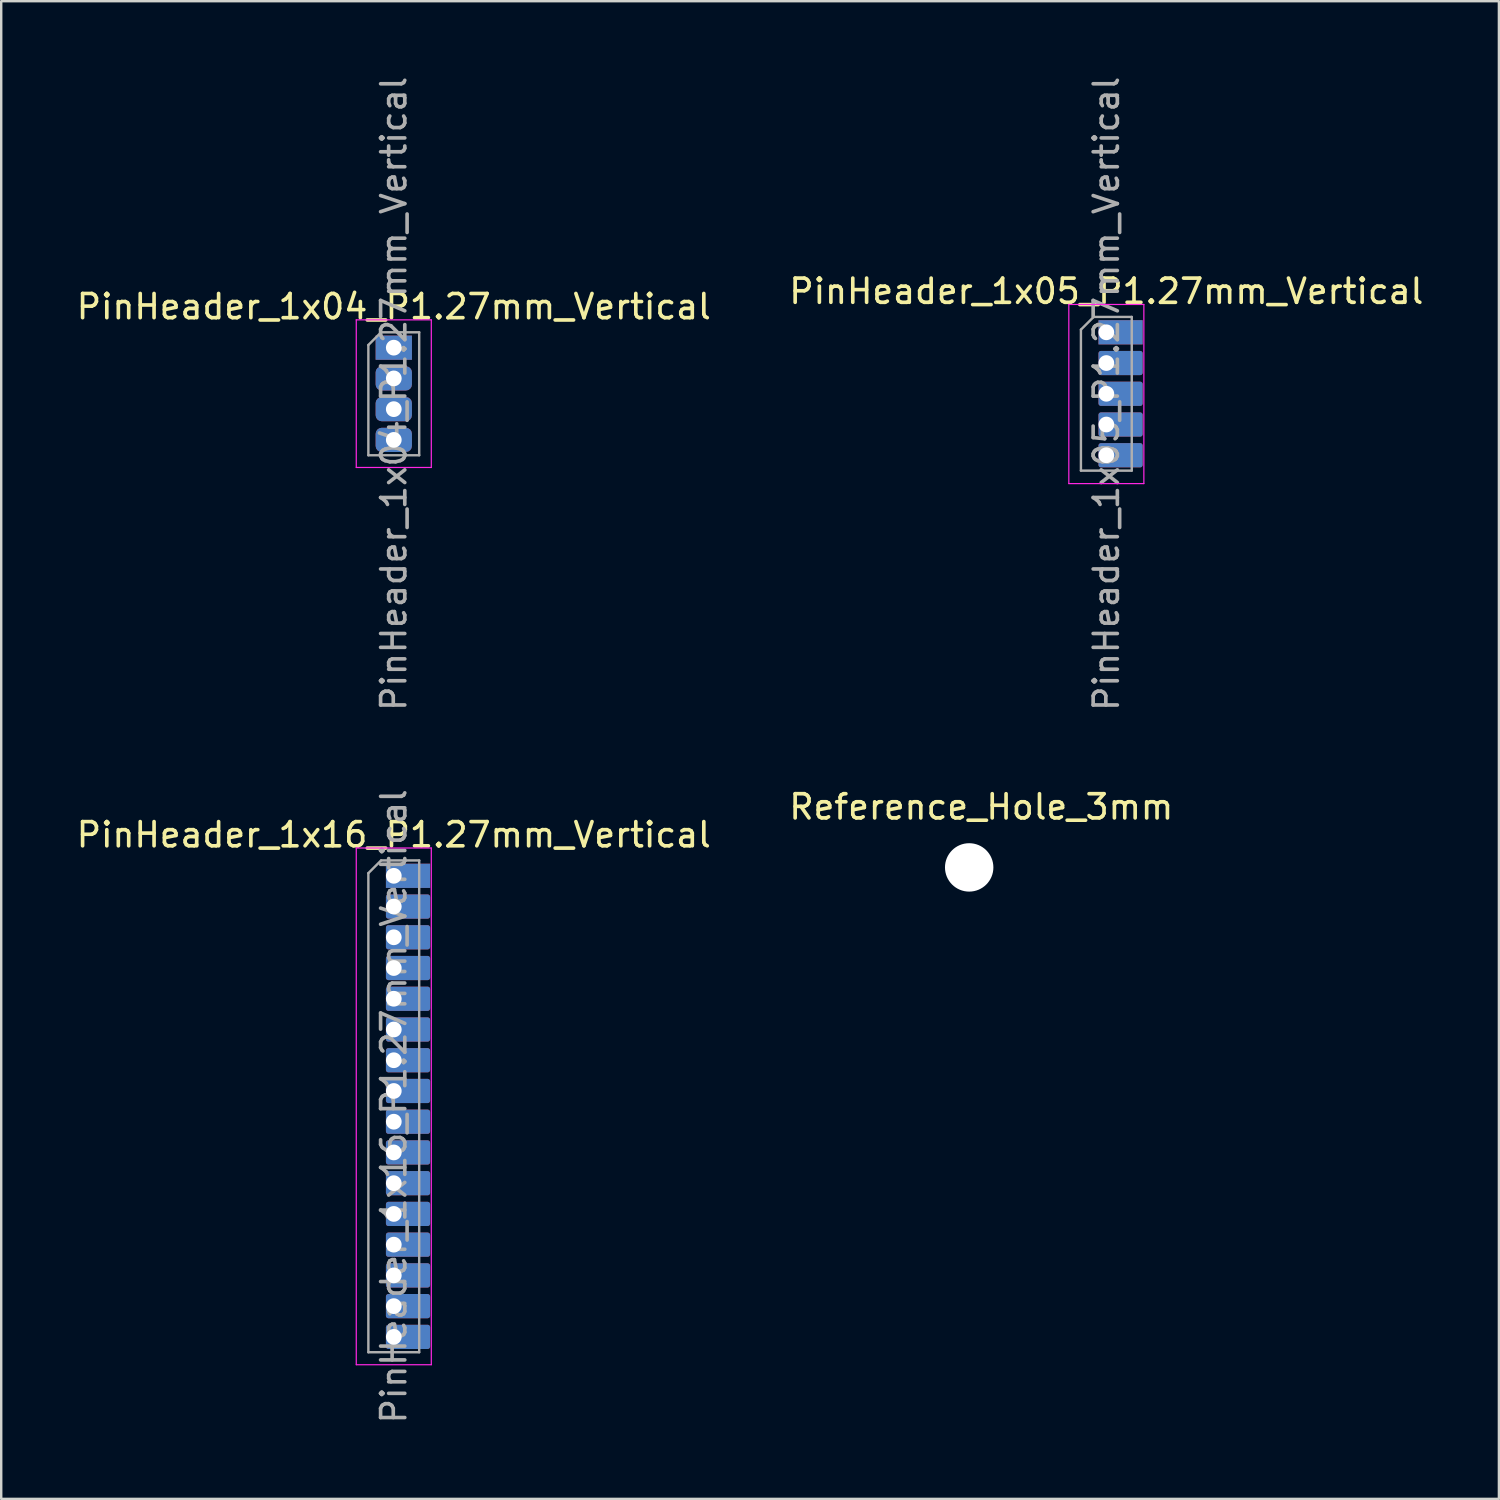
<source format=kicad_pcb>
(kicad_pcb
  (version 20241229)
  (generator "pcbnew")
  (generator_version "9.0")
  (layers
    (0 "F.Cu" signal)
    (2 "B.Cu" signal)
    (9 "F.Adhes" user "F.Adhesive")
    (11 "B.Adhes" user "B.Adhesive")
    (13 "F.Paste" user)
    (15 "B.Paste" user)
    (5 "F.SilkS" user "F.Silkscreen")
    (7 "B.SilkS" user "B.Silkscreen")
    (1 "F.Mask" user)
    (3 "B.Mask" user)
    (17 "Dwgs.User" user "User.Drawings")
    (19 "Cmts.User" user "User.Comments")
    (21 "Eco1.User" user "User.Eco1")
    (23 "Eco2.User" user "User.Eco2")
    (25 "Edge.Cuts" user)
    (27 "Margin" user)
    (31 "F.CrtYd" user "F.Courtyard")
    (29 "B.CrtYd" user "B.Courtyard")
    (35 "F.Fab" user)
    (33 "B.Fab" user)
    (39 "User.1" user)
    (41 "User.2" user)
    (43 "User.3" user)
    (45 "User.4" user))
  (footprint "PinHeader_1x04_P1.27mm_Vertical"
    (layer "F.Cu")
    (at 13.22 11.315)
    (property "Reference" "PinHeader_1x04_P1.27mm_Vertical" (at 0 -1.695 0) (layer "F.SilkS") (effects (font (size 1 1) (thickness 0.15))))
    (attr through_hole)
    (fp_line (start -1.55 -1.15) (end -1.55 4.95) (stroke (width 0.05) (type solid)) (layer "F.CrtYd"))
    (fp_line (start -1.55 4.95) (end 1.55 4.95) (stroke (width 0.05) (type solid)) (layer "F.CrtYd"))
    (fp_line (start 1.55 -1.15) (end -1.55 -1.15) (stroke (width 0.05) (type solid)) (layer "F.CrtYd"))
    (fp_line (start 1.55 4.95) (end 1.55 -1.15) (stroke (width 0.05) (type solid)) (layer "F.CrtYd"))
    (fp_line (start -1.05 -0.11) (end -0.525 -0.635) (stroke (width 0.1) (type solid)) (layer "F.Fab"))
    (fp_line (start -1.05 4.445) (end -1.05 -0.11) (stroke (width 0.1) (type solid)) (layer "F.Fab"))
    (fp_line (start -0.525 -0.635) (end 1.05 -0.635) (stroke (width 0.1) (type solid)) (layer "F.Fab"))
    (fp_line (start 1.05 -0.635) (end 1.05 4.445) (stroke (width 0.1) (type solid)) (layer "F.Fab"))
    (fp_line (start 1.05 4.445) (end -1.05 4.445) (stroke (width 0.1) (type solid)) (layer "F.Fab"))
    (fp_text user "${REFERENCE}" (at 0 1.905 90) (layer "F.Fab") (effects (font (size 1 1) (thickness 0.15))))
    (pad "1" thru_hole rect (at 0 0) (size 1.5 1) (drill 0.65) (property pad_prop_castellated) (layers "*.Cu" "*.Mask"))
    (pad "2" thru_hole roundrect (at 0 1.27) (size 1.5 1) (drill 0.65) (property pad_prop_castellated) (layers "*.Cu" "*.Mask") (roundrect_rratio 0.25))
    (pad "3" thru_hole roundrect (at 0 2.54) (size 1.5 1) (drill 0.65) (property pad_prop_castellated) (layers "*.Cu" "*.Mask") (roundrect_rratio 0.25))
    (pad "4" thru_hole roundrect (at 0 3.81) (size 1.5 1) (drill 0.65) (property pad_prop_castellated) (layers "*.Cu" "*.Mask") (roundrect_rratio 0.25)))
  (footprint "PinHeader_1x16_P1.27mm_Vertical"
    (layer "F.Cu")
    (at 13.22 33.136)
    (property "Reference" "PinHeader_1x16_P1.27mm_Vertical" (at 0 -1.695 0) (layer "F.SilkS") (effects (font (size 1 1) (thickness 0.15))))
    (attr through_hole)
    (fp_line (start -1.55 -1.15) (end -1.55 20.2) (stroke (width 0.05) (type solid)) (layer "F.CrtYd"))
    (fp_line (start -1.55 20.2) (end 1.55 20.2) (stroke (width 0.05) (type solid)) (layer "F.CrtYd"))
    (fp_line (start 1.55 -1.15) (end -1.55 -1.15) (stroke (width 0.05) (type solid)) (layer "F.CrtYd"))
    (fp_line (start 1.55 20.2) (end 1.55 -1.15) (stroke (width 0.05) (type solid)) (layer "F.CrtYd"))
    (fp_line (start -1.05 -0.11) (end -0.525 -0.635) (stroke (width 0.1) (type solid)) (layer "F.Fab"))
    (fp_line (start -1.05 19.685) (end -1.05 -0.11) (stroke (width 0.1) (type solid)) (layer "F.Fab"))
    (fp_line (start -0.525 -0.635) (end 1.05 -0.635) (stroke (width 0.1) (type solid)) (layer "F.Fab"))
    (fp_line (start 1.05 -0.635) (end 1.05 19.685) (stroke (width 0.1) (type solid)) (layer "F.Fab"))
    (fp_line (start 1.05 19.685) (end -1.05 19.685) (stroke (width 0.1) (type solid)) (layer "F.Fab"))
    (fp_text user "${REFERENCE}" (at 0 9.525 90) (layer "F.Fab") (effects (font (size 1 1) (thickness 0.15))))
    (pad "1" thru_hole rect (at 0 0) (size 1.825 1) (drill 0.65 (offset 0.588 0)) (property pad_prop_castellated) (layers "*.Cu" "*.Mask"))
    (pad "2" thru_hole roundrect (at 0 1.27) (size 1.825 1) (drill 0.65 (offset 0.588 0)) (property pad_prop_castellated) (layers "*.Cu" "*.Mask") (roundrect_rratio 0.1))
    (pad "3" thru_hole roundrect (at 0 2.54) (size 1.825 1) (drill 0.65 (offset 0.588 0)) (property pad_prop_castellated) (layers "*.Cu" "*.Mask") (roundrect_rratio 0.1))
    (pad "4" thru_hole roundrect (at 0 3.81) (size 1.825 1) (drill 0.65 (offset 0.588 0)) (property pad_prop_castellated) (layers "*.Cu" "*.Mask") (roundrect_rratio 0.1))
    (pad "5" thru_hole roundrect (at 0 5.08) (size 1.825 1) (drill 0.65 (offset 0.588 0)) (property pad_prop_castellated) (layers "*.Cu" "*.Mask") (roundrect_rratio 0.1))
    (pad "6" thru_hole roundrect (at 0 6.35) (size 1.825 1) (drill 0.65 (offset 0.588 0)) (property pad_prop_castellated) (layers "*.Cu" "*.Mask") (roundrect_rratio 0.1))
    (pad "7" thru_hole roundrect (at 0 7.62) (size 1.825 1) (drill 0.65 (offset 0.588 0)) (property pad_prop_castellated) (layers "*.Cu" "*.Mask") (roundrect_rratio 0.1))
    (pad "8" thru_hole roundrect (at 0 8.89) (size 1.825 1) (drill 0.65 (offset 0.588 0)) (property pad_prop_castellated) (layers "*.Cu" "*.Mask") (roundrect_rratio 0.1))
    (pad "9" thru_hole roundrect (at 0 10.16) (size 1.825 1) (drill 0.65 (offset 0.588 0)) (property pad_prop_castellated) (layers "*.Cu" "*.Mask") (roundrect_rratio 0.1))
    (pad "10" thru_hole roundrect (at 0 11.43) (size 1.825 1) (drill 0.65 (offset 0.588 0)) (property pad_prop_castellated) (layers "*.Cu" "*.Mask") (roundrect_rratio 0.1))
    (pad "11" thru_hole roundrect (at 0 12.7) (size 1.825 1) (drill 0.65 (offset 0.588 0)) (property pad_prop_castellated) (layers "*.Cu" "*.Mask") (roundrect_rratio 0.1))
    (pad "12" thru_hole roundrect (at 0 13.97) (size 1.825 1) (drill 0.65 (offset 0.588 0)) (property pad_prop_castellated) (layers "*.Cu" "*.Mask") (roundrect_rratio 0.1))
    (pad "13" thru_hole roundrect (at 0 15.24) (size 1.825 1) (drill 0.65 (offset 0.588 0)) (property pad_prop_castellated) (layers "*.Cu" "*.Mask") (roundrect_rratio 0.1))
    (pad "14" thru_hole roundrect (at 0 16.51) (size 1.825 1) (drill 0.65 (offset 0.588 0)) (property pad_prop_castellated) (layers "*.Cu" "*.Mask") (roundrect_rratio 0.1))
    (pad "15" thru_hole roundrect (at 0 17.78) (size 1.825 1) (drill 0.65 (offset 0.588 0)) (property pad_prop_castellated) (layers "*.Cu" "*.Mask") (roundrect_rratio 0.1))
    (pad "16" thru_hole roundrect (at 0 19.05) (size 1.825 1) (drill 0.65 (offset 0.588 0)) (property pad_prop_castellated) (layers "*.Cu" "*.Mask") (roundrect_rratio 0.1)))
  (footprint "PinHeader_1x05_P1.27mm_Vertical"
    (layer "F.Cu")
    (at 42.661 10.68)
    (property "Reference" "PinHeader_1x05_P1.27mm_Vertical" (at 0 -1.695 0) (layer "F.SilkS") (effects (font (size 1 1) (thickness 0.15))))
    (attr through_hole)
    (fp_line (start -1.55 -1.15) (end -1.55 6.25) (stroke (width 0.05) (type solid)) (layer "F.CrtYd"))
    (fp_line (start -1.55 6.25) (end 1.55 6.25) (stroke (width 0.05) (type solid)) (layer "F.CrtYd"))
    (fp_line (start 1.55 -1.15) (end -1.55 -1.15) (stroke (width 0.05) (type solid)) (layer "F.CrtYd"))
    (fp_line (start 1.55 6.25) (end 1.55 -1.15) (stroke (width 0.05) (type solid)) (layer "F.CrtYd"))
    (fp_line (start -1.05 -0.11) (end -0.525 -0.635) (stroke (width 0.1) (type solid)) (layer "F.Fab"))
    (fp_line (start -1.05 5.715) (end -1.05 -0.11) (stroke (width 0.1) (type solid)) (layer "F.Fab"))
    (fp_line (start -0.525 -0.635) (end 1.05 -0.635) (stroke (width 0.1) (type solid)) (layer "F.Fab"))
    (fp_line (start 1.05 -0.635) (end 1.05 5.715) (stroke (width 0.1) (type solid)) (layer "F.Fab"))
    (fp_line (start 1.05 5.715) (end -1.05 5.715) (stroke (width 0.1) (type solid)) (layer "F.Fab"))
    (fp_text user "${REFERENCE}" (at 0 2.54 90) (layer "F.Fab") (effects (font (size 1 1) (thickness 0.15))))
    (pad "1" thru_hole rect (at 0 0) (size 1.825 1) (drill 0.65 (offset 0.588 0)) (property pad_prop_castellated) (layers "*.Cu" "*.Mask"))
    (pad "2" thru_hole roundrect (at 0 1.27) (size 1.825 1) (drill 0.65 (offset 0.588 0)) (property pad_prop_castellated) (layers "*.Cu" "*.Mask") (roundrect_rratio 0.1))
    (pad "3" thru_hole roundrect (at 0 2.54) (size 1.825 1) (drill 0.65 (offset 0.588 0)) (property pad_prop_castellated) (layers "*.Cu" "*.Mask") (roundrect_rratio 0.1))
    (pad "4" thru_hole roundrect (at 0 3.81) (size 1.825 1) (drill 0.65 (offset 0.588 0)) (property pad_prop_castellated) (layers "*.Cu" "*.Mask") (roundrect_rratio 0.1))
    (pad "5" thru_hole roundrect (at 0 5.08) (size 1.825 1) (drill 0.65 (offset 0.588 0)) (property pad_prop_castellated) (layers "*.Cu" "*.Mask") (roundrect_rratio 0.1)))
  (footprint "Reference_Hole_3mm"
    (layer "F.Cu")
    (at 36.994 32.789)
    (property "Reference" "Reference_Hole_3mm" (at 0.5 -2.5 0) (layer "F.SilkS") (effects (font (size 1 1) (thickness 0.15))))
    (attr through_hole)
    (pad "" np_thru_hole circle (at 0 0 90) (size 2 2) (drill oval 3) (layers "*.Cu" "*.Paste" "*.Mask")))
  (gr_rect
    (start -3 -3)
    (end 58.881 58.881)
    (stroke (width 0.1) (type default))
    (fill no)
    (layer "Edge.Cuts")))
</source>
